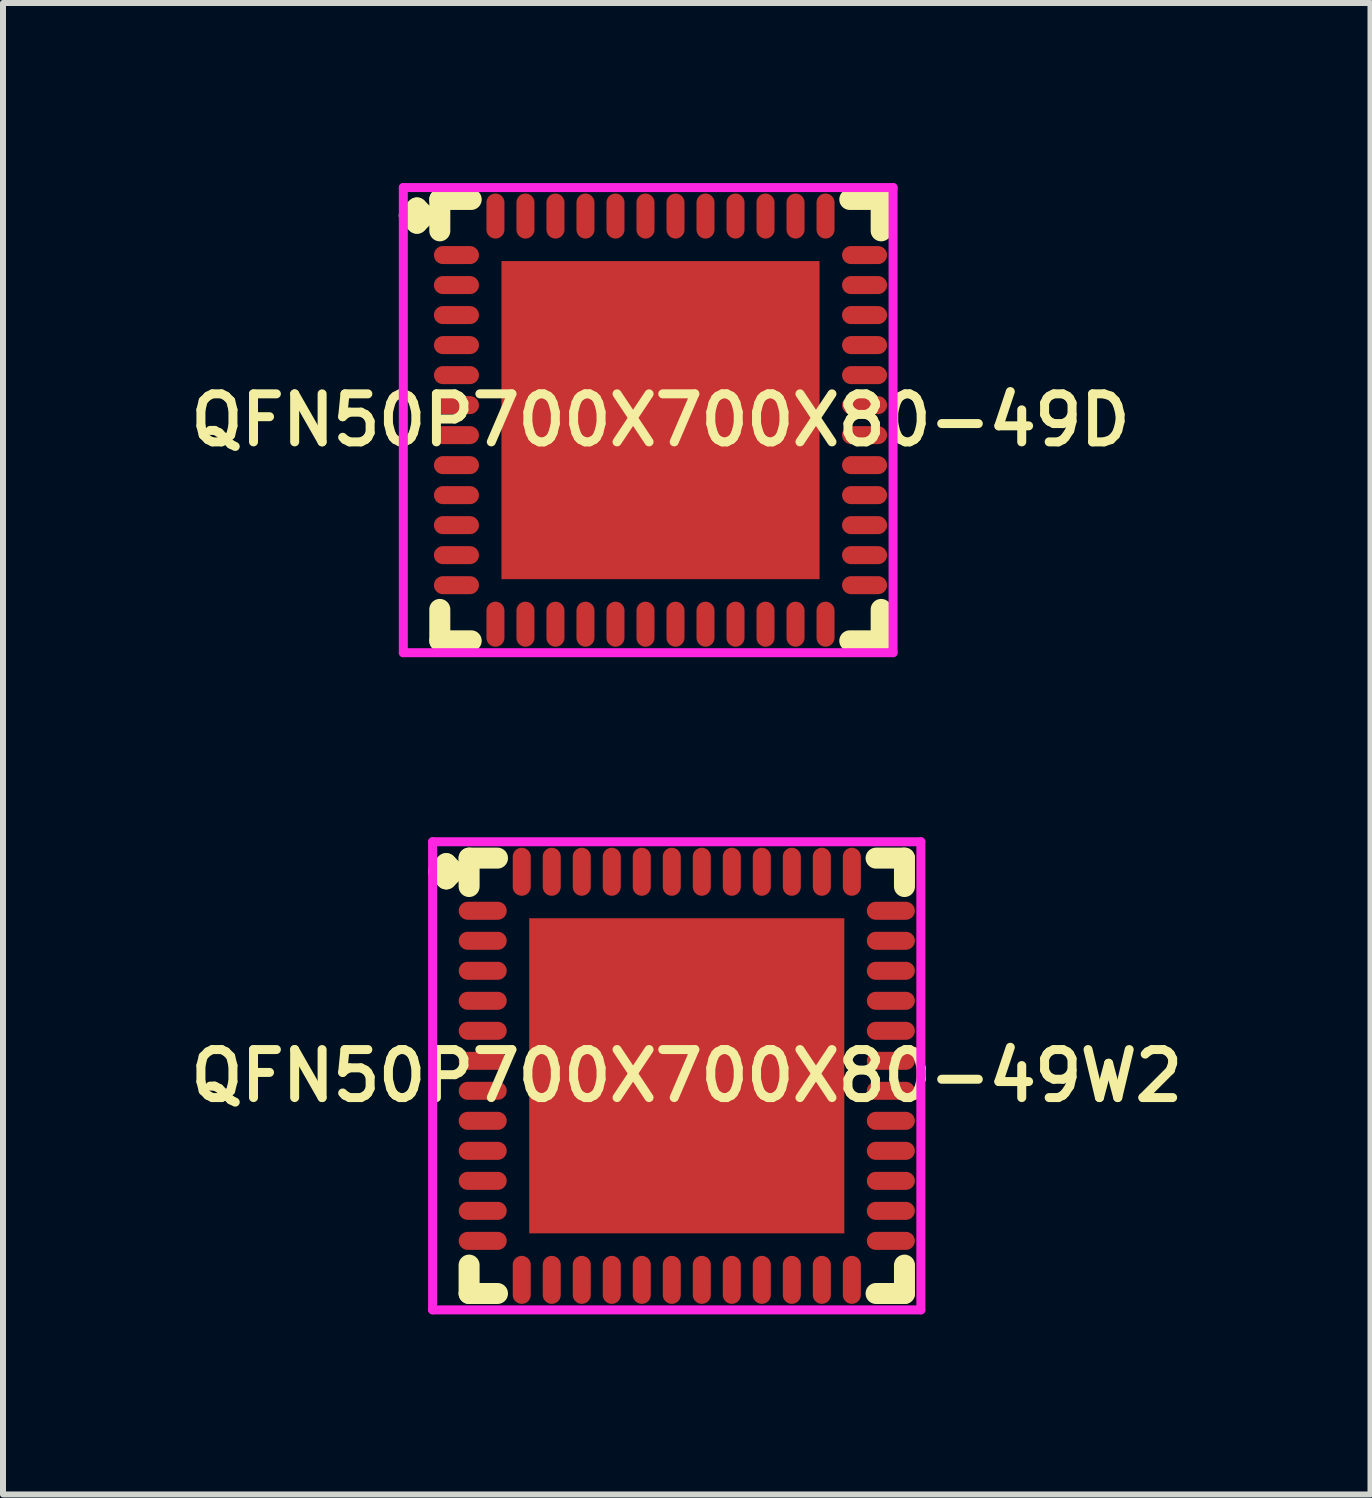
<source format=kicad_pcb>
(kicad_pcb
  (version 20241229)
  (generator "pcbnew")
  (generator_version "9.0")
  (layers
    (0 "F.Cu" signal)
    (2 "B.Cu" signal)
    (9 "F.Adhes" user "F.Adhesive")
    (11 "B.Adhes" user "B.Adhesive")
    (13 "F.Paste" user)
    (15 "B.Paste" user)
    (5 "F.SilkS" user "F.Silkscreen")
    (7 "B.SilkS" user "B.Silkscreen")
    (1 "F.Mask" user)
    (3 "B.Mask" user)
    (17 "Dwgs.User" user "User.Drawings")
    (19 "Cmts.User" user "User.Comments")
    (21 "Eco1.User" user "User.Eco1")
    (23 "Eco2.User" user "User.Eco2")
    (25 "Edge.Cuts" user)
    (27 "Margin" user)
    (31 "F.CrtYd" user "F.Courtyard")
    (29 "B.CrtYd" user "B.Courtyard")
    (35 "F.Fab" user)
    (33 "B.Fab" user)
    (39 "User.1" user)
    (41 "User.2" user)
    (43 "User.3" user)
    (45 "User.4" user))
  (footprint "QFN50P700X700X80-49D"
    (layer "F.Cu")
    (at 7.955 3.95)
    (property "Reference" "QFN50P700X700X80-49D" (at 0 0 0) (layer "F.SilkS") (effects (font (size 0.8 0.8) (thickness 0.15))))
    (attr smd)
    (fp_line (start -4.185 -3.408) (end -4.058 -3.535) (stroke (width 0.35) (type solid)) (layer "F.SilkS"))
    (fp_line (start -4.058 -3.535) (end -3.931 -3.408) (stroke (width 0.35) (type solid)) (layer "F.SilkS"))
    (fp_line (start -4.058 -3.281) (end -4.185 -3.408) (stroke (width 0.35) (type solid)) (layer "F.SilkS"))
    (fp_line (start -3.931 -3.408) (end -4.058 -3.281) (stroke (width 0.35) (type solid)) (layer "F.SilkS"))
    (fp_line (start -3.677 -3.677) (end -3.154 -3.677) (stroke (width 0.35) (type solid)) (layer "F.SilkS"))
    (fp_line (start -3.677 -3.154) (end -3.677 -3.677) (stroke (width 0.35) (type solid)) (layer "F.SilkS"))
    (fp_line (start -3.677 3.154) (end -3.677 3.677) (stroke (width 0.35) (type solid)) (layer "F.SilkS"))
    (fp_line (start -3.677 3.677) (end -3.154 3.677) (stroke (width 0.35) (type solid)) (layer "F.SilkS"))
    (fp_line (start 3.154 -3.677) (end 3.677 -3.677) (stroke (width 0.35) (type solid)) (layer "F.SilkS"))
    (fp_line (start 3.154 3.677) (end 3.677 3.677) (stroke (width 0.35) (type solid)) (layer "F.SilkS"))
    (fp_line (start 3.677 -3.677) (end 3.677 -3.154) (stroke (width 0.35) (type solid)) (layer "F.SilkS"))
    (fp_line (start 3.677 3.677) (end 3.677 3.154) (stroke (width 0.35) (type solid)) (layer "F.SilkS"))
    (fp_line (start -4.285 -3.875) (end 3.875 -3.875) (stroke (width 0.15) (type solid)) (layer "F.CrtYd"))
    (fp_line (start -4.285 3.875) (end -4.285 -3.875) (stroke (width 0.15) (type solid)) (layer "F.CrtYd"))
    (fp_line (start 3.875 -3.875) (end 3.875 3.875) (stroke (width 0.15) (type solid)) (layer "F.CrtYd"))
    (fp_line (start 3.875 3.875) (end -4.285 3.875) (stroke (width 0.15) (type solid)) (layer "F.CrtYd"))
    (pad "1" smd oval (at -3.4 -2.75) (size 0.75 0.3) (layers "F.Cu" "F.Mask" "F.Paste"))
    (pad "2" smd oval (at -3.4 -2.25) (size 0.75 0.3) (layers "F.Cu" "F.Mask" "F.Paste"))
    (pad "3" smd oval (at -3.4 -1.75) (size 0.75 0.3) (layers "F.Cu" "F.Mask" "F.Paste"))
    (pad "4" smd oval (at -3.4 -1.25) (size 0.75 0.3) (layers "F.Cu" "F.Mask" "F.Paste"))
    (pad "5" smd oval (at -3.4 -0.75) (size 0.75 0.3) (layers "F.Cu" "F.Mask" "F.Paste"))
    (pad "6" smd oval (at -3.4 -0.25) (size 0.75 0.3) (layers "F.Cu" "F.Mask" "F.Paste"))
    (pad "7" smd oval (at -3.4 0.25) (size 0.75 0.3) (layers "F.Cu" "F.Mask" "F.Paste"))
    (pad "8" smd oval (at -3.4 0.75) (size 0.75 0.3) (layers "F.Cu" "F.Mask" "F.Paste"))
    (pad "9" smd oval (at -3.4 1.25) (size 0.75 0.3) (layers "F.Cu" "F.Mask" "F.Paste"))
    (pad "10" smd oval (at -3.4 1.75) (size 0.75 0.3) (layers "F.Cu" "F.Mask" "F.Paste"))
    (pad "11" smd oval (at -3.4 2.25) (size 0.75 0.3) (layers "F.Cu" "F.Mask" "F.Paste"))
    (pad "12" smd oval (at -3.4 2.75) (size 0.75 0.3) (layers "F.Cu" "F.Mask" "F.Paste"))
    (pad "13" smd oval (at -2.75 3.4) (size 0.3 0.75) (layers "F.Cu" "F.Mask" "F.Paste"))
    (pad "14" smd oval (at -2.25 3.4) (size 0.3 0.75) (layers "F.Cu" "F.Mask" "F.Paste"))
    (pad "15" smd oval (at -1.75 3.4) (size 0.3 0.75) (layers "F.Cu" "F.Mask" "F.Paste"))
    (pad "16" smd oval (at -1.25 3.4) (size 0.3 0.75) (layers "F.Cu" "F.Mask" "F.Paste"))
    (pad "17" smd oval (at -0.75 3.4) (size 0.3 0.75) (layers "F.Cu" "F.Mask" "F.Paste"))
    (pad "18" smd oval (at -0.25 3.4) (size 0.3 0.75) (layers "F.Cu" "F.Mask" "F.Paste"))
    (pad "19" smd oval (at 0.25 3.4) (size 0.3 0.75) (layers "F.Cu" "F.Mask" "F.Paste"))
    (pad "20" smd oval (at 0.75 3.4) (size 0.3 0.75) (layers "F.Cu" "F.Mask" "F.Paste"))
    (pad "21" smd oval (at 1.25 3.4) (size 0.3 0.75) (layers "F.Cu" "F.Mask" "F.Paste"))
    (pad "22" smd oval (at 1.75 3.4) (size 0.3 0.75) (layers "F.Cu" "F.Mask" "F.Paste"))
    (pad "23" smd oval (at 2.25 3.4) (size 0.3 0.75) (layers "F.Cu" "F.Mask" "F.Paste"))
    (pad "24" smd oval (at 2.75 3.4) (size 0.3 0.75) (layers "F.Cu" "F.Mask" "F.Paste"))
    (pad "25" smd oval (at 3.4 2.75) (size 0.75 0.3) (layers "F.Cu" "F.Mask" "F.Paste"))
    (pad "26" smd oval (at 3.4 2.25) (size 0.75 0.3) (layers "F.Cu" "F.Mask" "F.Paste"))
    (pad "27" smd oval (at 3.4 1.75) (size 0.75 0.3) (layers "F.Cu" "F.Mask" "F.Paste"))
    (pad "28" smd oval (at 3.4 1.25) (size 0.75 0.3) (layers "F.Cu" "F.Mask" "F.Paste"))
    (pad "29" smd oval (at 3.4 0.75) (size 0.75 0.3) (layers "F.Cu" "F.Mask" "F.Paste"))
    (pad "30" smd oval (at 3.4 0.25) (size 0.75 0.3) (layers "F.Cu" "F.Mask" "F.Paste"))
    (pad "31" smd oval (at 3.4 -0.25) (size 0.75 0.3) (layers "F.Cu" "F.Mask" "F.Paste"))
    (pad "32" smd oval (at 3.4 -0.75) (size 0.75 0.3) (layers "F.Cu" "F.Mask" "F.Paste"))
    (pad "33" smd oval (at 3.4 -1.25) (size 0.75 0.3) (layers "F.Cu" "F.Mask" "F.Paste"))
    (pad "34" smd oval (at 3.4 -1.75) (size 0.75 0.3) (layers "F.Cu" "F.Mask" "F.Paste"))
    (pad "35" smd oval (at 3.4 -2.25) (size 0.75 0.3) (layers "F.Cu" "F.Mask" "F.Paste"))
    (pad "36" smd oval (at 3.4 -2.75) (size 0.75 0.3) (layers "F.Cu" "F.Mask" "F.Paste"))
    (pad "37" smd oval (at 2.75 -3.4) (size 0.3 0.75) (layers "F.Cu" "F.Mask" "F.Paste"))
    (pad "38" smd oval (at 2.25 -3.4) (size 0.3 0.75) (layers "F.Cu" "F.Mask" "F.Paste"))
    (pad "39" smd oval (at 1.75 -3.4) (size 0.3 0.75) (layers "F.Cu" "F.Mask" "F.Paste"))
    (pad "40" smd oval (at 1.25 -3.4) (size 0.3 0.75) (layers "F.Cu" "F.Mask" "F.Paste"))
    (pad "41" smd oval (at 0.75 -3.4) (size 0.3 0.75) (layers "F.Cu" "F.Mask" "F.Paste"))
    (pad "42" smd oval (at 0.25 -3.4) (size 0.3 0.75) (layers "F.Cu" "F.Mask" "F.Paste"))
    (pad "43" smd oval (at -0.25 -3.4) (size 0.3 0.75) (layers "F.Cu" "F.Mask" "F.Paste"))
    (pad "44" smd oval (at -0.75 -3.4) (size 0.3 0.75) (layers "F.Cu" "F.Mask" "F.Paste"))
    (pad "45" smd oval (at -1.25 -3.4) (size 0.3 0.75) (layers "F.Cu" "F.Mask" "F.Paste"))
    (pad "46" smd oval (at -1.75 -3.4) (size 0.3 0.75) (layers "F.Cu" "F.Mask" "F.Paste"))
    (pad "47" smd oval (at -2.25 -3.4) (size 0.3 0.75) (layers "F.Cu" "F.Mask" "F.Paste"))
    (pad "48" smd oval (at -2.75 -3.4) (size 0.3 0.75) (layers "F.Cu" "F.Mask" "F.Paste"))
    (pad "49" smd rect (at 0 0) (size 5.3 5.3) (layers "F.Cu" "F.Mask" "F.Paste")))
  (footprint "QFN50P700X700X80-49W2"
    (layer "F.Cu")
    (at 8.393 14.875)
    (property "Reference" "QFN50P700X700X80-49W2" (at 0 0 0) (layer "F.SilkS") (effects (font (size 0.8 0.8) (thickness 0.15))))
    (attr smd)
    (fp_line (start -4.135 -3.408) (end -4.008 -3.535) (stroke (width 0.35) (type solid)) (layer "F.SilkS"))
    (fp_line (start -4.008 -3.535) (end -3.881 -3.408) (stroke (width 0.35) (type solid)) (layer "F.SilkS"))
    (fp_line (start -4.008 -3.281) (end -4.135 -3.408) (stroke (width 0.35) (type solid)) (layer "F.SilkS"))
    (fp_line (start -3.881 -3.408) (end -4.008 -3.281) (stroke (width 0.35) (type solid)) (layer "F.SilkS"))
    (fp_line (start -3.627 -3.627) (end -3.154 -3.627) (stroke (width 0.35) (type solid)) (layer "F.SilkS"))
    (fp_line (start -3.627 -3.154) (end -3.627 -3.627) (stroke (width 0.35) (type solid)) (layer "F.SilkS"))
    (fp_line (start -3.627 3.154) (end -3.627 3.627) (stroke (width 0.35) (type solid)) (layer "F.SilkS"))
    (fp_line (start -3.627 3.627) (end -3.154 3.627) (stroke (width 0.35) (type solid)) (layer "F.SilkS"))
    (fp_line (start 3.154 -3.627) (end 3.627 -3.627) (stroke (width 0.35) (type solid)) (layer "F.SilkS"))
    (fp_line (start 3.154 3.627) (end 3.627 3.627) (stroke (width 0.35) (type solid)) (layer "F.SilkS"))
    (fp_line (start 3.627 -3.627) (end 3.627 -3.154) (stroke (width 0.35) (type solid)) (layer "F.SilkS"))
    (fp_line (start 3.627 3.627) (end 3.627 3.154) (stroke (width 0.35) (type solid)) (layer "F.SilkS"))
    (fp_line (start -4.235 -3.9) (end 3.9 -3.9) (stroke (width 0.15) (type solid)) (layer "F.CrtYd"))
    (fp_line (start -4.235 3.9) (end -4.235 -3.9) (stroke (width 0.15) (type solid)) (layer "F.CrtYd"))
    (fp_line (start 3.9 -3.9) (end 3.9 3.9) (stroke (width 0.15) (type solid)) (layer "F.CrtYd"))
    (fp_line (start 3.9 3.9) (end -4.235 3.9) (stroke (width 0.15) (type solid)) (layer "F.CrtYd"))
    (pad "1" smd oval (at -3.4 -2.75) (size 0.8 0.3) (layers "F.Cu" "F.Mask" "F.Paste"))
    (pad "2" smd oval (at -3.4 -2.25) (size 0.8 0.3) (layers "F.Cu" "F.Mask" "F.Paste"))
    (pad "3" smd oval (at -3.4 -1.75) (size 0.8 0.3) (layers "F.Cu" "F.Mask" "F.Paste"))
    (pad "4" smd oval (at -3.4 -1.25) (size 0.8 0.3) (layers "F.Cu" "F.Mask" "F.Paste"))
    (pad "5" smd oval (at -3.4 -0.75) (size 0.8 0.3) (layers "F.Cu" "F.Mask" "F.Paste"))
    (pad "6" smd oval (at -3.4 -0.25) (size 0.8 0.3) (layers "F.Cu" "F.Mask" "F.Paste"))
    (pad "7" smd oval (at -3.4 0.25) (size 0.8 0.3) (layers "F.Cu" "F.Mask" "F.Paste"))
    (pad "8" smd oval (at -3.4 0.75) (size 0.8 0.3) (layers "F.Cu" "F.Mask" "F.Paste"))
    (pad "9" smd oval (at -3.4 1.25) (size 0.8 0.3) (layers "F.Cu" "F.Mask" "F.Paste"))
    (pad "10" smd oval (at -3.4 1.75) (size 0.8 0.3) (layers "F.Cu" "F.Mask" "F.Paste"))
    (pad "11" smd oval (at -3.4 2.25) (size 0.8 0.3) (layers "F.Cu" "F.Mask" "F.Paste"))
    (pad "12" smd oval (at -3.4 2.75) (size 0.8 0.3) (layers "F.Cu" "F.Mask" "F.Paste"))
    (pad "13" smd oval (at -2.75 3.4) (size 0.3 0.8) (layers "F.Cu" "F.Mask" "F.Paste"))
    (pad "14" smd oval (at -2.25 3.4) (size 0.3 0.8) (layers "F.Cu" "F.Mask" "F.Paste"))
    (pad "15" smd oval (at -1.75 3.4) (size 0.3 0.8) (layers "F.Cu" "F.Mask" "F.Paste"))
    (pad "16" smd oval (at -1.25 3.4) (size 0.3 0.8) (layers "F.Cu" "F.Mask" "F.Paste"))
    (pad "17" smd oval (at -0.75 3.4) (size 0.3 0.8) (layers "F.Cu" "F.Mask" "F.Paste"))
    (pad "18" smd oval (at -0.25 3.4) (size 0.3 0.8) (layers "F.Cu" "F.Mask" "F.Paste"))
    (pad "19" smd oval (at 0.25 3.4) (size 0.3 0.8) (layers "F.Cu" "F.Mask" "F.Paste"))
    (pad "20" smd oval (at 0.75 3.4) (size 0.3 0.8) (layers "F.Cu" "F.Mask" "F.Paste"))
    (pad "21" smd oval (at 1.25 3.4) (size 0.3 0.8) (layers "F.Cu" "F.Mask" "F.Paste"))
    (pad "22" smd oval (at 1.75 3.4) (size 0.3 0.8) (layers "F.Cu" "F.Mask" "F.Paste"))
    (pad "23" smd oval (at 2.25 3.4) (size 0.3 0.8) (layers "F.Cu" "F.Mask" "F.Paste"))
    (pad "24" smd oval (at 2.75 3.4) (size 0.3 0.8) (layers "F.Cu" "F.Mask" "F.Paste"))
    (pad "25" smd oval (at 3.4 2.75) (size 0.8 0.3) (layers "F.Cu" "F.Mask" "F.Paste"))
    (pad "26" smd oval (at 3.4 2.25) (size 0.8 0.3) (layers "F.Cu" "F.Mask" "F.Paste"))
    (pad "27" smd oval (at 3.4 1.75) (size 0.8 0.3) (layers "F.Cu" "F.Mask" "F.Paste"))
    (pad "28" smd oval (at 3.4 1.25) (size 0.8 0.3) (layers "F.Cu" "F.Mask" "F.Paste"))
    (pad "29" smd oval (at 3.4 0.75) (size 0.8 0.3) (layers "F.Cu" "F.Mask" "F.Paste"))
    (pad "30" smd oval (at 3.4 0.25) (size 0.8 0.3) (layers "F.Cu" "F.Mask" "F.Paste"))
    (pad "31" smd oval (at 3.4 -0.25) (size 0.8 0.3) (layers "F.Cu" "F.Mask" "F.Paste"))
    (pad "32" smd oval (at 3.4 -0.75) (size 0.8 0.3) (layers "F.Cu" "F.Mask" "F.Paste"))
    (pad "33" smd oval (at 3.4 -1.25) (size 0.8 0.3) (layers "F.Cu" "F.Mask" "F.Paste"))
    (pad "34" smd oval (at 3.4 -1.75) (size 0.8 0.3) (layers "F.Cu" "F.Mask" "F.Paste"))
    (pad "35" smd oval (at 3.4 -2.25) (size 0.8 0.3) (layers "F.Cu" "F.Mask" "F.Paste"))
    (pad "36" smd oval (at 3.4 -2.75) (size 0.8 0.3) (layers "F.Cu" "F.Mask" "F.Paste"))
    (pad "37" smd oval (at 2.75 -3.4) (size 0.3 0.8) (layers "F.Cu" "F.Mask" "F.Paste"))
    (pad "38" smd oval (at 2.25 -3.4) (size 0.3 0.8) (layers "F.Cu" "F.Mask" "F.Paste"))
    (pad "39" smd oval (at 1.75 -3.4) (size 0.3 0.8) (layers "F.Cu" "F.Mask" "F.Paste"))
    (pad "40" smd oval (at 1.25 -3.4) (size 0.3 0.8) (layers "F.Cu" "F.Mask" "F.Paste"))
    (pad "41" smd oval (at 0.75 -3.4) (size 0.3 0.8) (layers "F.Cu" "F.Mask" "F.Paste"))
    (pad "42" smd oval (at 0.25 -3.4) (size 0.3 0.8) (layers "F.Cu" "F.Mask" "F.Paste"))
    (pad "43" smd oval (at -0.25 -3.4) (size 0.3 0.8) (layers "F.Cu" "F.Mask" "F.Paste"))
    (pad "44" smd oval (at -0.75 -3.4) (size 0.3 0.8) (layers "F.Cu" "F.Mask" "F.Paste"))
    (pad "45" smd oval (at -1.25 -3.4) (size 0.3 0.8) (layers "F.Cu" "F.Mask" "F.Paste"))
    (pad "46" smd oval (at -1.75 -3.4) (size 0.3 0.8) (layers "F.Cu" "F.Mask" "F.Paste"))
    (pad "47" smd oval (at -2.25 -3.4) (size 0.3 0.8) (layers "F.Cu" "F.Mask" "F.Paste"))
    (pad "48" smd oval (at -2.75 -3.4) (size 0.3 0.8) (layers "F.Cu" "F.Mask" "F.Paste"))
    (pad "49" smd rect (at 0 0) (size 5.25 5.25) (layers "F.Cu" "F.Mask" "F.Paste")))
  (gr_rect
    (start -3 -3)
    (end 19.785 21.85)
    (stroke (width 0.1) (type default))
    (fill no)
    (layer "Edge.Cuts")))
</source>
